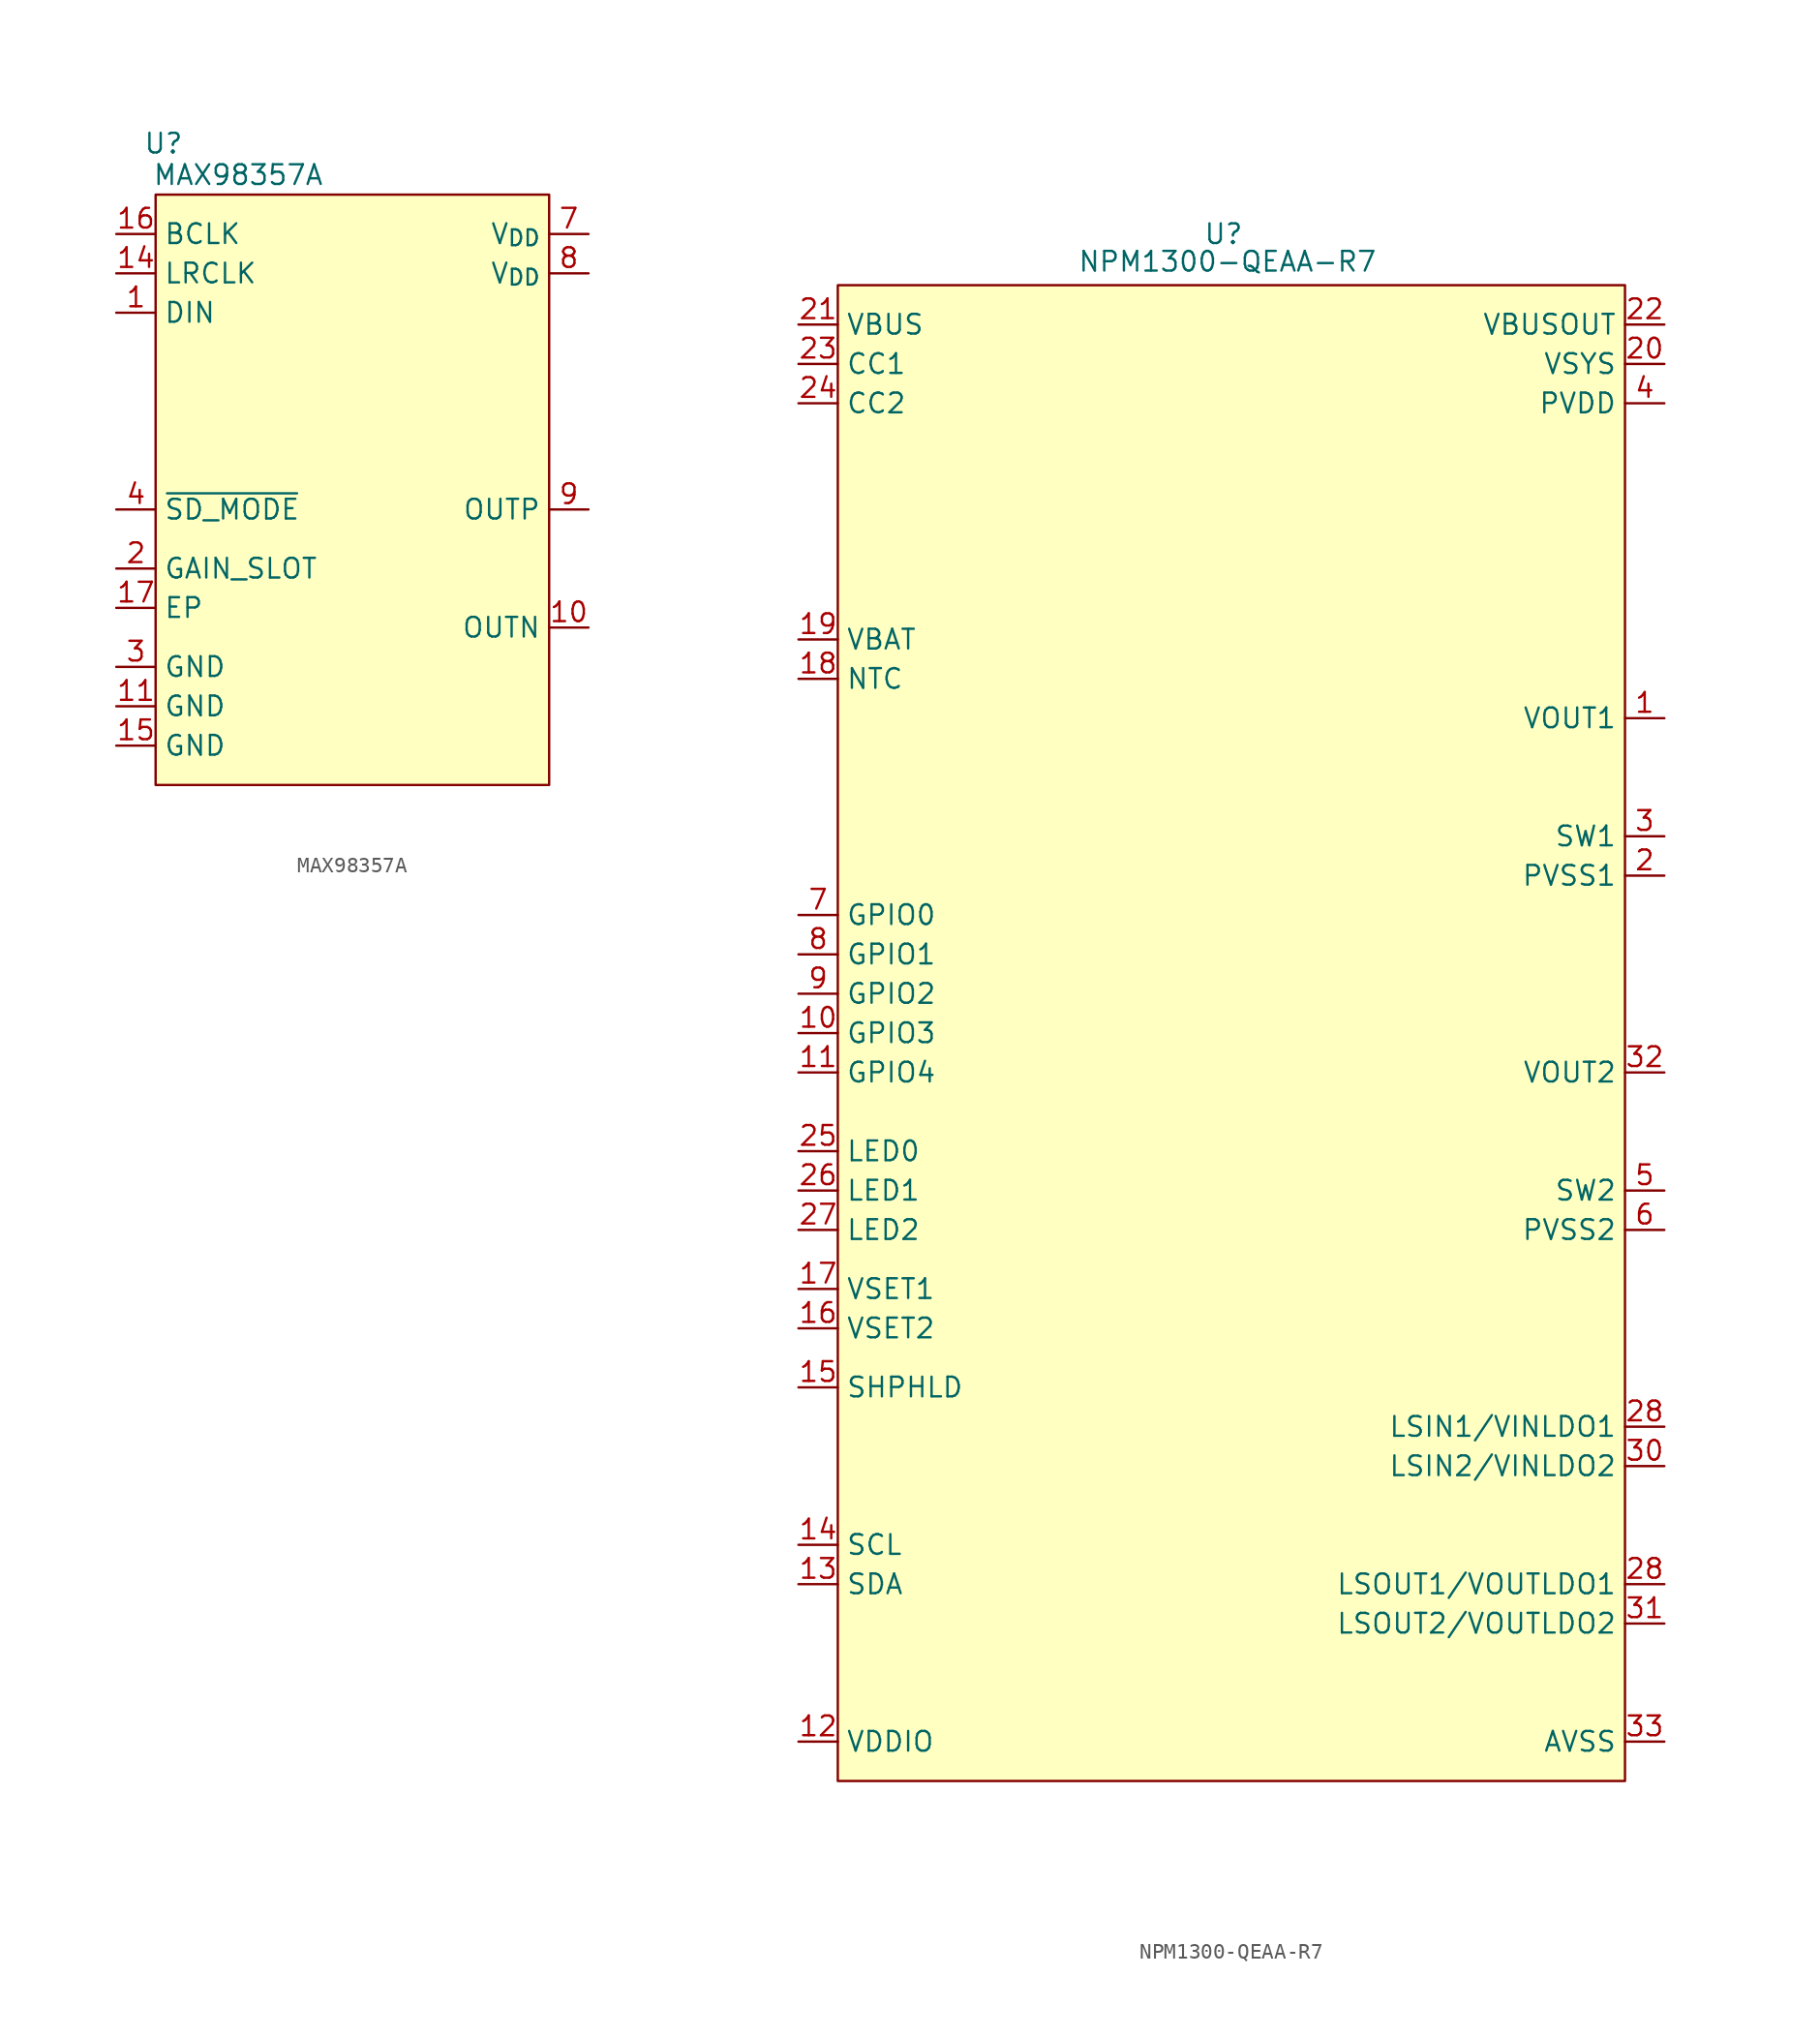
<source format=kicad_sym>
(kicad_symbol_lib
  (version 20241209)
  (generator "kicad_symbol_editor")
  (generator_version "9.0")
  (symbol "MAX98357A"
    (property "Reference" "U"
      (at -12.192 21.082 0)
      (effects (font (size 1.27 1.27))))
    (property "Value" "MAX98357A"
      (at -7.366 19.05 0)
      (effects (font (size 1.27 1.27))))
    (symbol "MAX98357A_1_1"
      (rectangle (start -12.7 17.78) (end 12.7 -20.32) (stroke (width 0) (type solid)) (fill (type background)))
      (pin input line (at -15.24 15.24 0) (length 2.54) (name "BCLK" (effects (font (size 1.27 1.27)))) (number "16" (effects (font (size 1.27 1.27)))))
      (pin input line (at -15.24 12.7 0) (length 2.54) (name "LRCLK" (effects (font (size 1.27 1.27)))) (number "14" (effects (font (size 1.27 1.27)))))
      (pin input line (at -15.24 10.16 0) (length 2.54) (name "DIN" (effects (font (size 1.27 1.27)))) (number "1" (effects (font (size 1.27 1.27)))))
      (pin input line (at -15.24 -2.54 0) (length 2.54) (name "~{SD_MODE}" (effects (font (size 1.27 1.27)))) (number "4" (effects (font (size 1.27 1.27)))))
      (pin input line (at -15.24 -6.35 0) (length 2.54) (name "GAIN_SLOT" (effects (font (size 1.27 1.27)))) (number "2" (effects (font (size 1.27 1.27)))))
      (pin power_in line (at -15.24 -8.89 0) (length 2.54) (name "EP" (effects (font (size 1.27 1.27)))) (number "17" (effects (font (size 1.27 1.27)))))
      (pin power_in line (at -15.24 -12.7 0) (length 2.54) (name "GND" (effects (font (size 1.27 1.27)))) (number "3" (effects (font (size 1.27 1.27)))))
      (pin power_in line (at -15.24 -15.24 0) (length 2.54) (name "GND" (effects (font (size 1.27 1.27)))) (number "11" (effects (font (size 1.27 1.27)))))
      (pin power_in line (at -15.24 -17.78 0) (length 2.54) (name "GND" (effects (font (size 1.27 1.27)))) (number "15" (effects (font (size 1.27 1.27)))))
      (pin power_in line (at 15.24 15.24 180) (length 2.54) (name "V_{DD}" (effects (font (size 1.27 1.27)))) (number "7" (effects (font (size 1.27 1.27)))))
      (pin power_in line (at 15.24 12.7 180) (length 2.54) (name "V_{DD}" (effects (font (size 1.27 1.27)))) (number "8" (effects (font (size 1.27 1.27)))))
      (pin output line (at 15.24 -2.54 180) (length 2.54) (name "OUTP" (effects (font (size 1.27 1.27)))) (number "9" (effects (font (size 1.27 1.27)))))
      (pin output line (at 15.24 -10.16 180) (length 2.54) (name "OUTN" (effects (font (size 1.27 1.27)))) (number "10" (effects (font (size 1.27 1.27)))))))
  (symbol "NPM1300-QEAA-R7"
    (property "Reference" "U"
      (at 0.762 50.292 0)
      (effects (font (size 1.27 1.27))))
    (property "Value" "NPM1300-QEAA-R7"
      (at 1.016 48.514 0)
      (effects (font (size 1.27 1.27))))
    (symbol "NPM1300-QEAA-R7_1_1"
      (rectangle (start -24.13 46.99) (end 26.67 -49.53) (stroke (width 0) (type solid)) (fill (type background)))
      (pin power_in line (at -26.67 44.45 0) (length 2.54) (name "VBUS" (effects (font (size 1.27 1.27)))) (number "21" (effects (font (size 1.27 1.27)))))
      (pin bidirectional line (at -26.67 41.91 0) (length 2.54) (name "CC1" (effects (font (size 1.27 1.27)))) (number "23" (effects (font (size 1.27 1.27)))))
      (pin bidirectional line (at -26.67 39.37 0) (length 2.54) (name "CC2" (effects (font (size 1.27 1.27)))) (number "24" (effects (font (size 1.27 1.27)))))
      (pin power_in line (at -26.67 24.13 0) (length 2.54) (name "VBAT" (effects (font (size 1.27 1.27)))) (number "19" (effects (font (size 1.27 1.27)))))
      (pin input line (at -26.67 21.59 0) (length 2.54) (name "NTC" (effects (font (size 1.27 1.27)))) (number "18" (effects (font (size 1.27 1.27)))))
      (pin bidirectional line (at -26.67 6.35 0) (length 2.54) (name "GPIO0" (effects (font (size 1.27 1.27)))) (number "7" (effects (font (size 1.27 1.27)))))
      (pin bidirectional line (at -26.67 3.81 0) (length 2.54) (name "GPIO1" (effects (font (size 1.27 1.27)))) (number "8" (effects (font (size 1.27 1.27)))))
      (pin bidirectional line (at -26.67 1.27 0) (length 2.54) (name "GPIO2" (effects (font (size 1.27 1.27)))) (number "9" (effects (font (size 1.27 1.27)))))
      (pin bidirectional line (at -26.67 -1.27 0) (length 2.54) (name "GPIO3" (effects (font (size 1.27 1.27)))) (number "10" (effects (font (size 1.27 1.27)))))
      (pin bidirectional line (at -26.67 -3.81 0) (length 2.54) (name "GPIO4" (effects (font (size 1.27 1.27)))) (number "11" (effects (font (size 1.27 1.27)))))
      (pin output line (at -26.67 -8.89 0) (length 2.54) (name "LED0" (effects (font (size 1.27 1.27)))) (number "25" (effects (font (size 1.27 1.27)))))
      (pin output line (at -26.67 -11.43 0) (length 2.54) (name "LED1" (effects (font (size 1.27 1.27)))) (number "26" (effects (font (size 1.27 1.27)))))
      (pin output line (at -26.67 -13.97 0) (length 2.54) (name "LED2" (effects (font (size 1.27 1.27)))) (number "27" (effects (font (size 1.27 1.27)))))
      (pin input line (at -26.67 -17.78 0) (length 2.54) (name "VSET1" (effects (font (size 1.27 1.27)))) (number "17" (effects (font (size 1.27 1.27)))))
      (pin input line (at -26.67 -20.32 0) (length 2.54) (name "VSET2" (effects (font (size 1.27 1.27)))) (number "16" (effects (font (size 1.27 1.27)))))
      (pin input line (at -26.67 -24.13 0) (length 2.54) (name "SHPHLD" (effects (font (size 1.27 1.27)))) (number "15" (effects (font (size 1.27 1.27)))))
      (pin input line (at -26.67 -34.29 0) (length 2.54) (name "SCL" (effects (font (size 1.27 1.27)))) (number "14" (effects (font (size 1.27 1.27)))))
      (pin bidirectional line (at -26.67 -36.83 0) (length 2.54) (name "SDA" (effects (font (size 1.27 1.27)))) (number "13" (effects (font (size 1.27 1.27)))))
      (pin power_in line (at -26.67 -46.99 0) (length 2.54) (name "VDDIO" (effects (font (size 1.27 1.27)))) (number "12" (effects (font (size 1.27 1.27)))))
      (pin power_out line (at 29.21 44.45 180) (length 2.54) (name "VBUSOUT" (effects (font (size 1.27 1.27)))) (number "22" (effects (font (size 1.27 1.27)))))
      (pin power_out line (at 29.21 41.91 180) (length 2.54) (name "VSYS" (effects (font (size 1.27 1.27)))) (number "20" (effects (font (size 1.27 1.27)))))
      (pin power_out line (at 29.21 39.37 180) (length 2.54) (name "PVDD" (effects (font (size 1.27 1.27)))) (number "4" (effects (font (size 1.27 1.27)))))
      (pin power_out line (at 29.21 19.05 180) (length 2.54) (name "VOUT1" (effects (font (size 1.27 1.27)))) (number "1" (effects (font (size 1.27 1.27)))))
      (pin power_in line (at 29.21 11.43 180) (length 2.54) (name "SW1" (effects (font (size 1.27 1.27)))) (number "3" (effects (font (size 1.27 1.27)))))
      (pin power_in line (at 29.21 8.89 180) (length 2.54) (name "PVSS1" (effects (font (size 1.27 1.27)))) (number "2" (effects (font (size 1.27 1.27)))))
      (pin power_out line (at 29.21 -3.81 180) (length 2.54) (name "VOUT2" (effects (font (size 1.27 1.27)))) (number "32" (effects (font (size 1.27 1.27)))))
      (pin power_in line (at 29.21 -11.43 180) (length 2.54) (name "SW2" (effects (font (size 1.27 1.27)))) (number "5" (effects (font (size 1.27 1.27)))))
      (pin power_in line (at 29.21 -13.97 180) (length 2.54) (name "PVSS2" (effects (font (size 1.27 1.27)))) (number "6" (effects (font (size 1.27 1.27)))))
      (pin power_out line (at 29.21 -26.67 180) (length 2.54) (name "LSIN1/VINLDO1" (effects (font (size 1.27 1.27)))) (number "28" (effects (font (size 1.27 1.27)))))
      (pin power_in line (at 29.21 -29.21 180) (length 2.54) (name "LSIN2/VINLDO2" (effects (font (size 1.27 1.27)))) (number "30" (effects (font (size 1.27 1.27)))))
      (pin power_out line (at 29.21 -36.83 180) (length 2.54) (name "LSOUT1/VOUTLDO1" (effects (font (size 1.27 1.27)))) (number "28" (effects (font (size 1.27 1.27)))))
      (pin power_out line (at 29.21 -39.37 180) (length 2.54) (name "LSOUT2/VOUTLDO2" (effects (font (size 1.27 1.27)))) (number "31" (effects (font (size 1.27 1.27)))))
      (pin power_in line (at 29.21 -46.99 180) (length 2.54) (name "AVSS" (effects (font (size 1.27 1.27)))) (number "33" (effects (font (size 1.27 1.27))))))))
</source>
